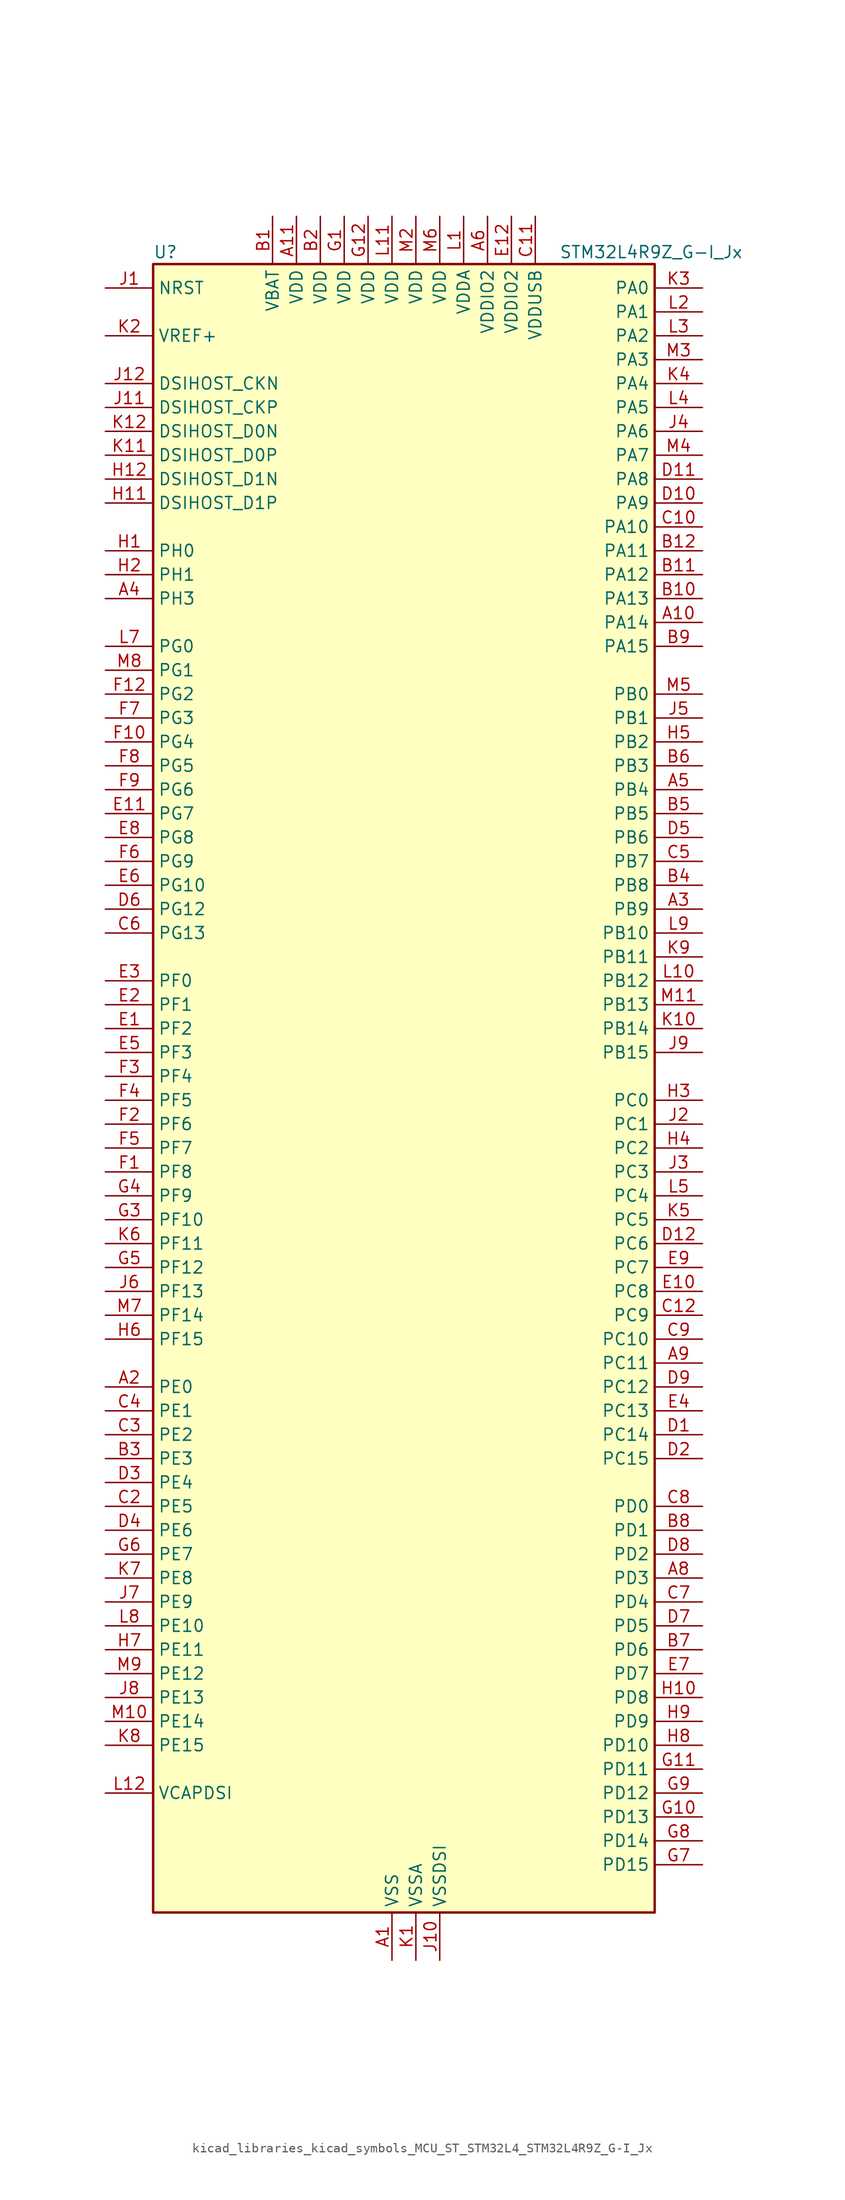
<source format=kicad_sym>
(kicad_symbol_lib
  (version 20220914)
  (generator kicad_symbol_editor)
  (symbol "kicad_libraries_kicad_symbols_MCU_ST_STM32L4_STM32L4R9Z_G-I_Jx"
    (property "Reference" "U"
      (at -25.4 90.17 0)
      (effects (font (size 1.27 1.27)) (justify left)))
    (property "Value" "STM32L4R9Z_G-I_Jx"
      (at 17.78 90.17 0)
      (effects (font (size 1.27 1.27)) (justify left)))
    (property "ki_locked" ""
      (at 0 0 0)
      (effects (font (size 1.27 1.27))))
    (symbol "kicad_libraries_kicad_symbols_MCU_ST_STM32L4_STM32L4R9Z_G-I_Jx_0_1"
      (rectangle (start -25.4 -86.36) (end 27.94 88.9) (stroke (width 0.254) (type default)) (fill (type background))))
    (symbol "kicad_libraries_kicad_symbols_MCU_ST_STM32L4_STM32L4R9Z_G-I_Jx_1_1"
      (pin power_in line (at 0 -91.44 90) (length 5.08) (name "VSS" (effects (font (size 1.27 1.27)))) (number "A1" (effects (font (size 1.27 1.27)))))
      (pin bidirectional line (at 33.02 50.8 180) (length 5.08) (name "PA14" (effects (font (size 1.27 1.27)))) (number "A10" (effects (font (size 1.27 1.27)))) (alternate "I2C1_SMBA" bidirectional line) (alternate "I2C4_SMBA" bidirectional line) (alternate "LPTIM1_OUT" bidirectional line) (alternate "SAI1_FS_B" bidirectional line) (alternate "SYS_JTCK-SWCLK" bidirectional line) (alternate "USB_OTG_FS_SOF" bidirectional line))
      (pin power_in line (at -10.16 93.98 270) (length 5.08) (name "VDD" (effects (font (size 1.27 1.27)))) (number "A11" (effects (font (size 1.27 1.27)))))
      (pin passive line (at 0 -91.44 90) (length 5.08) hide (name "VSS" (effects (font (size 1.27 1.27)))) (number "A12" (effects (font (size 1.27 1.27)))))
      (pin bidirectional line (at -30.48 -30.48 0) (length 5.08) (name "PE0" (effects (font (size 1.27 1.27)))) (number "A2" (effects (font (size 1.27 1.27)))) (alternate "DCMI_D2" bidirectional line) (alternate "FMC_NBL0" bidirectional line) (alternate "LTDC_HSYNC" bidirectional line) (alternate "TIM16_CH1" bidirectional line) (alternate "TIM4_ETR" bidirectional line))
      (pin bidirectional line (at 33.02 20.32 180) (length 5.08) (name "PB9" (effects (font (size 1.27 1.27)))) (number "A3" (effects (font (size 1.27 1.27)))) (alternate "CAN1_TX" bidirectional line) (alternate "DAC1_EXTI9" bidirectional line) (alternate "DCMI_D7" bidirectional line) (alternate "DFSDM1_CKIN6" bidirectional line) (alternate "I2C1_SDA" bidirectional line) (alternate "IR_OUT" bidirectional line) (alternate "SAI1_D2" bidirectional line) (alternate "SAI1_FS_A" bidirectional line) (alternate "SDMMC1_CDIR" bidirectional line) (alternate "SDMMC1_D5" bidirectional line) (alternate "SPI2_NSS" bidirectional line) (alternate "TIM17_CH1" bidirectional line) (alternate "TIM4_CH4" bidirectional line))
      (pin bidirectional line (at -30.48 53.34 0) (length 5.08) (name "PH3" (effects (font (size 1.27 1.27)))) (number "A4" (effects (font (size 1.27 1.27)))))
      (pin bidirectional line (at 33.02 33.02 180) (length 5.08) (name "PB4" (effects (font (size 1.27 1.27)))) (number "A5" (effects (font (size 1.27 1.27)))) (alternate "COMP2_INP" bidirectional line) (alternate "DCMI_D12" bidirectional line) (alternate "I2C3_SDA" bidirectional line) (alternate "SAI1_MCLK_B" bidirectional line) (alternate "SPI1_MISO" bidirectional line) (alternate "SPI3_MISO" bidirectional line) (alternate "SYS_JTRST" bidirectional line) (alternate "TIM17_BKIN" bidirectional line) (alternate "TIM3_CH1" bidirectional line) (alternate "TSC_G2_IO1" bidirectional line) (alternate "UART5_DE" bidirectional line) (alternate "UART5_RTS" bidirectional line) (alternate "USART1_CTS" bidirectional line) (alternate "USART1_NSS" bidirectional line))
      (pin power_in line (at 10.16 93.98 270) (length 5.08) (name "VDDIO2" (effects (font (size 1.27 1.27)))) (number "A6" (effects (font (size 1.27 1.27)))))
      (pin passive line (at 0 -91.44 90) (length 5.08) hide (name "VSS" (effects (font (size 1.27 1.27)))) (number "A7" (effects (font (size 1.27 1.27)))))
      (pin bidirectional line (at 33.02 -50.8 180) (length 5.08) (name "PD3" (effects (font (size 1.27 1.27)))) (number "A8" (effects (font (size 1.27 1.27)))) (alternate "DCMI_D5" bidirectional line) (alternate "DFSDM1_DATIN0" bidirectional line) (alternate "FMC_CLK" bidirectional line) (alternate "LTDC_CLK" bidirectional line) (alternate "OCTOSPIM_P2_NCS" bidirectional line) (alternate "SPI2_MISO" bidirectional line) (alternate "SPI2_SCK" bidirectional line) (alternate "USART2_CTS" bidirectional line) (alternate "USART2_NSS" bidirectional line))
      (pin bidirectional line (at 33.02 -27.94 180) (length 5.08) (name "PC11" (effects (font (size 1.27 1.27)))) (number "A9" (effects (font (size 1.27 1.27)))) (alternate "ADC1_EXTI11" bidirectional line) (alternate "DCMI_D2" bidirectional line) (alternate "DCMI_D4" bidirectional line) (alternate "OCTOSPIM_P1_NCS" bidirectional line) (alternate "SAI2_MCLK_B" bidirectional line) (alternate "SDMMC1_D3" bidirectional line) (alternate "SPI3_MISO" bidirectional line) (alternate "TSC_G3_IO3" bidirectional line) (alternate "UART4_RX" bidirectional line) (alternate "USART3_RX" bidirectional line))
      (pin power_in line (at -12.7 93.98 270) (length 5.08) (name "VBAT" (effects (font (size 1.27 1.27)))) (number "B1" (effects (font (size 1.27 1.27)))))
      (pin bidirectional line (at 33.02 53.34 180) (length 5.08) (name "PA13" (effects (font (size 1.27 1.27)))) (number "B10" (effects (font (size 1.27 1.27)))) (alternate "IR_OUT" bidirectional line) (alternate "SAI1_SD_B" bidirectional line) (alternate "SYS_JTMS-SWDIO" bidirectional line) (alternate "USB_OTG_FS_NOE" bidirectional line))
      (pin bidirectional line (at 33.02 55.88 180) (length 5.08) (name "PA12" (effects (font (size 1.27 1.27)))) (number "B11" (effects (font (size 1.27 1.27)))) (alternate "CAN1_TX" bidirectional line) (alternate "SPI1_MOSI" bidirectional line) (alternate "TIM1_ETR" bidirectional line) (alternate "USART1_DE" bidirectional line) (alternate "USART1_RTS" bidirectional line) (alternate "USB_OTG_FS_DP" bidirectional line))
      (pin bidirectional line (at 33.02 58.42 180) (length 5.08) (name "PA11" (effects (font (size 1.27 1.27)))) (number "B12" (effects (font (size 1.27 1.27)))) (alternate "ADC1_EXTI11" bidirectional line) (alternate "CAN1_RX" bidirectional line) (alternate "SPI1_MISO" bidirectional line) (alternate "TIM1_BKIN2" bidirectional line) (alternate "TIM1_CH4" bidirectional line) (alternate "USART1_CTS" bidirectional line) (alternate "USART1_NSS" bidirectional line) (alternate "USB_OTG_FS_DM" bidirectional line))
      (pin power_in line (at -7.62 93.98 270) (length 5.08) (name "VDD" (effects (font (size 1.27 1.27)))) (number "B2" (effects (font (size 1.27 1.27)))))
      (pin bidirectional line (at -30.48 -38.1 0) (length 5.08) (name "PE3" (effects (font (size 1.27 1.27)))) (number "B3" (effects (font (size 1.27 1.27)))) (alternate "FMC_A19" bidirectional line) (alternate "LTDC_R1" bidirectional line) (alternate "OCTOSPIM_P1_DQS" bidirectional line) (alternate "SAI1_SD_B" bidirectional line) (alternate "SYS_TRACED0" bidirectional line) (alternate "TIM3_CH1" bidirectional line) (alternate "TSC_G7_IO2" bidirectional line))
      (pin bidirectional line (at 33.02 22.86 180) (length 5.08) (name "PB8" (effects (font (size 1.27 1.27)))) (number "B4" (effects (font (size 1.27 1.27)))) (alternate "CAN1_RX" bidirectional line) (alternate "DCMI_D6" bidirectional line) (alternate "DFSDM1_CKOUT" bidirectional line) (alternate "DFSDM1_DATIN6" bidirectional line) (alternate "I2C1_SCL" bidirectional line) (alternate "LTDC_B1" bidirectional line) (alternate "SAI1_CK1" bidirectional line) (alternate "SAI1_MCLK_A" bidirectional line) (alternate "SDMMC1_CKIN" bidirectional line) (alternate "SDMMC1_D4" bidirectional line) (alternate "TIM16_CH1" bidirectional line) (alternate "TIM4_CH3" bidirectional line))
      (pin bidirectional line (at 33.02 30.48 180) (length 5.08) (name "PB5" (effects (font (size 1.27 1.27)))) (number "B5" (effects (font (size 1.27 1.27)))) (alternate "COMP2_OUT" bidirectional line) (alternate "DCMI_D10" bidirectional line) (alternate "I2C1_SMBA" bidirectional line) (alternate "LPTIM1_IN1" bidirectional line) (alternate "SAI1_SD_B" bidirectional line) (alternate "SPI1_MOSI" bidirectional line) (alternate "SPI3_MOSI" bidirectional line) (alternate "TIM16_BKIN" bidirectional line) (alternate "TIM3_CH2" bidirectional line) (alternate "TSC_G2_IO2" bidirectional line) (alternate "UART5_CTS" bidirectional line) (alternate "USART1_CK" bidirectional line))
      (pin bidirectional line (at 33.02 35.56 180) (length 5.08) (name "PB3" (effects (font (size 1.27 1.27)))) (number "B6" (effects (font (size 1.27 1.27)))) (alternate "COMP2_INM" bidirectional line) (alternate "CRS_SYNC" bidirectional line) (alternate "SAI1_SCK_B" bidirectional line) (alternate "SPI1_SCK" bidirectional line) (alternate "SPI3_SCK" bidirectional line) (alternate "SYS_JTDO-SWO" bidirectional line) (alternate "TIM2_CH2" bidirectional line) (alternate "USART1_DE" bidirectional line) (alternate "USART1_RTS" bidirectional line))
      (pin bidirectional line (at 33.02 -58.42 180) (length 5.08) (name "PD6" (effects (font (size 1.27 1.27)))) (number "B7" (effects (font (size 1.27 1.27)))) (alternate "DCMI_D10" bidirectional line) (alternate "DFSDM1_DATIN1" bidirectional line) (alternate "FMC_NWAIT" bidirectional line) (alternate "LTDC_DE" bidirectional line) (alternate "OCTOSPIM_P1_IO6" bidirectional line) (alternate "SAI1_D1" bidirectional line) (alternate "SAI1_SD_A" bidirectional line) (alternate "SPI3_MOSI" bidirectional line) (alternate "USART2_RX" bidirectional line))
      (pin bidirectional line (at 33.02 -45.72 180) (length 5.08) (name "PD1" (effects (font (size 1.27 1.27)))) (number "B8" (effects (font (size 1.27 1.27)))) (alternate "CAN1_TX" bidirectional line) (alternate "DFSDM1_CKIN7" bidirectional line) (alternate "FMC_D3" bidirectional line) (alternate "FMC_DA3" bidirectional line) (alternate "LTDC_B5" bidirectional line) (alternate "SPI2_SCK" bidirectional line))
      (pin bidirectional line (at 33.02 48.26 180) (length 5.08) (name "PA15" (effects (font (size 1.27 1.27)))) (number "B9" (effects (font (size 1.27 1.27)))) (alternate "ADC1_EXTI15" bidirectional line) (alternate "SAI2_FS_B" bidirectional line) (alternate "SPI1_NSS" bidirectional line) (alternate "SPI3_NSS" bidirectional line) (alternate "SYS_JTDI" bidirectional line) (alternate "TIM2_CH1" bidirectional line) (alternate "TIM2_ETR" bidirectional line) (alternate "TSC_G3_IO1" bidirectional line) (alternate "UART4_DE" bidirectional line) (alternate "UART4_RTS" bidirectional line) (alternate "USART2_RX" bidirectional line) (alternate "USART3_DE" bidirectional line) (alternate "USART3_RTS" bidirectional line))
      (pin passive line (at 0 -91.44 90) (length 5.08) hide (name "VSS" (effects (font (size 1.27 1.27)))) (number "C1" (effects (font (size 1.27 1.27)))))
      (pin bidirectional line (at 33.02 60.96 180) (length 5.08) (name "PA10" (effects (font (size 1.27 1.27)))) (number "C10" (effects (font (size 1.27 1.27)))) (alternate "DCMI_D1" bidirectional line) (alternate "SAI1_D1" bidirectional line) (alternate "SAI1_SD_A" bidirectional line) (alternate "TIM17_BKIN" bidirectional line) (alternate "TIM1_CH3" bidirectional line) (alternate "USART1_RX" bidirectional line) (alternate "USB_OTG_FS_ID" bidirectional line))
      (pin power_in line (at 15.24 93.98 270) (length 5.08) (name "VDDUSB" (effects (font (size 1.27 1.27)))) (number "C11" (effects (font (size 1.27 1.27)))))
      (pin bidirectional line (at 33.02 -22.86 180) (length 5.08) (name "PC9" (effects (font (size 1.27 1.27)))) (number "C12" (effects (font (size 1.27 1.27)))) (alternate "DAC1_EXTI9" bidirectional line) (alternate "DCMI_D3" bidirectional line) (alternate "I2C3_SDA" bidirectional line) (alternate "SAI2_EXTCLK" bidirectional line) (alternate "SDMMC1_D1" bidirectional line) (alternate "SYS_TRACED0" bidirectional line) (alternate "TIM3_CH4" bidirectional line) (alternate "TIM8_BKIN2" bidirectional line) (alternate "TIM8_CH4" bidirectional line) (alternate "TSC_G4_IO4" bidirectional line) (alternate "USB_OTG_FS_NOE" bidirectional line))
      (pin bidirectional line (at -30.48 -43.18 0) (length 5.08) (name "PE5" (effects (font (size 1.27 1.27)))) (number "C2" (effects (font (size 1.27 1.27)))) (alternate "DCMI_D6" bidirectional line) (alternate "DFSDM1_CKIN3" bidirectional line) (alternate "FMC_A21" bidirectional line) (alternate "LTDC_G0" bidirectional line) (alternate "SAI1_CK2" bidirectional line) (alternate "SAI1_SCK_A" bidirectional line) (alternate "SYS_TRACED2" bidirectional line) (alternate "TIM3_CH3" bidirectional line) (alternate "TSC_G7_IO4" bidirectional line))
      (pin bidirectional line (at -30.48 -35.56 0) (length 5.08) (name "PE2" (effects (font (size 1.27 1.27)))) (number "C3" (effects (font (size 1.27 1.27)))) (alternate "FMC_A23" bidirectional line) (alternate "LTDC_R0" bidirectional line) (alternate "SAI1_CK1" bidirectional line) (alternate "SAI1_MCLK_A" bidirectional line) (alternate "SYS_TRACECLK" bidirectional line) (alternate "TIM3_ETR" bidirectional line) (alternate "TSC_G7_IO1" bidirectional line))
      (pin bidirectional line (at -30.48 -33.02 0) (length 5.08) (name "PE1" (effects (font (size 1.27 1.27)))) (number "C4" (effects (font (size 1.27 1.27)))) (alternate "DCMI_D3" bidirectional line) (alternate "FMC_NBL1" bidirectional line) (alternate "LTDC_VSYNC" bidirectional line) (alternate "TIM17_CH1" bidirectional line))
      (pin bidirectional line (at 33.02 25.4 180) (length 5.08) (name "PB7" (effects (font (size 1.27 1.27)))) (number "C5" (effects (font (size 1.27 1.27)))) (alternate "COMP2_INM" bidirectional line) (alternate "DCMI_VSYNC" bidirectional line) (alternate "DFSDM1_CKIN5" bidirectional line) (alternate "DSIHOST_TE" bidirectional line) (alternate "FMC_NL" bidirectional line) (alternate "I2C1_SDA" bidirectional line) (alternate "I2C4_SDA" bidirectional line) (alternate "LPTIM1_IN2" bidirectional line) (alternate "SYS_PVD_IN" bidirectional line) (alternate "TIM17_CH1N" bidirectional line) (alternate "TIM4_CH2" bidirectional line) (alternate "TIM8_BKIN" bidirectional line) (alternate "TSC_G2_IO4" bidirectional line) (alternate "UART4_CTS" bidirectional line) (alternate "USART1_RX" bidirectional line))
      (pin bidirectional line (at -30.48 17.78 0) (length 5.08) (name "PG13" (effects (font (size 1.27 1.27)))) (number "C6" (effects (font (size 1.27 1.27)))) (alternate "FMC_A24" bidirectional line) (alternate "I2C1_SDA" bidirectional line) (alternate "LTDC_R0" bidirectional line) (alternate "USART1_CK" bidirectional line))
      (pin bidirectional line (at 33.02 -53.34 180) (length 5.08) (name "PD4" (effects (font (size 1.27 1.27)))) (number "C7" (effects (font (size 1.27 1.27)))) (alternate "DFSDM1_CKIN0" bidirectional line) (alternate "FMC_NOE" bidirectional line) (alternate "OCTOSPIM_P1_IO4" bidirectional line) (alternate "SPI2_MOSI" bidirectional line) (alternate "USART2_DE" bidirectional line) (alternate "USART2_RTS" bidirectional line))
      (pin bidirectional line (at 33.02 -43.18 180) (length 5.08) (name "PD0" (effects (font (size 1.27 1.27)))) (number "C8" (effects (font (size 1.27 1.27)))) (alternate "CAN1_RX" bidirectional line) (alternate "DFSDM1_DATIN7" bidirectional line) (alternate "FMC_D2" bidirectional line) (alternate "FMC_DA2" bidirectional line) (alternate "LTDC_B4" bidirectional line) (alternate "SPI2_NSS" bidirectional line))
      (pin bidirectional line (at 33.02 -25.4 180) (length 5.08) (name "PC10" (effects (font (size 1.27 1.27)))) (number "C9" (effects (font (size 1.27 1.27)))) (alternate "DCMI_D8" bidirectional line) (alternate "SAI2_SCK_B" bidirectional line) (alternate "SDMMC1_D2" bidirectional line) (alternate "SPI3_SCK" bidirectional line) (alternate "SYS_TRACED1" bidirectional line) (alternate "TSC_G3_IO2" bidirectional line) (alternate "UART4_TX" bidirectional line) (alternate "USART3_TX" bidirectional line))
      (pin bidirectional line (at 33.02 -35.56 180) (length 5.08) (name "PC14" (effects (font (size 1.27 1.27)))) (number "D1" (effects (font (size 1.27 1.27)))) (alternate "RCC_OSC32_IN" bidirectional line))
      (pin bidirectional line (at 33.02 63.5 180) (length 5.08) (name "PA9" (effects (font (size 1.27 1.27)))) (number "D10" (effects (font (size 1.27 1.27)))) (alternate "DAC1_EXTI9" bidirectional line) (alternate "DCMI_D0" bidirectional line) (alternate "SAI1_FS_A" bidirectional line) (alternate "SPI2_SCK" bidirectional line) (alternate "TIM15_BKIN" bidirectional line) (alternate "TIM1_CH2" bidirectional line) (alternate "USART1_TX" bidirectional line) (alternate "USB_OTG_FS_VBUS" bidirectional line))
      (pin bidirectional line (at 33.02 66.04 180) (length 5.08) (name "PA8" (effects (font (size 1.27 1.27)))) (number "D11" (effects (font (size 1.27 1.27)))) (alternate "LPTIM2_OUT" bidirectional line) (alternate "RCC_MCO" bidirectional line) (alternate "SAI1_CK2" bidirectional line) (alternate "SAI1_SCK_A" bidirectional line) (alternate "TIM1_CH1" bidirectional line) (alternate "USART1_CK" bidirectional line) (alternate "USB_OTG_FS_SOF" bidirectional line))
      (pin bidirectional line (at 33.02 -15.24 180) (length 5.08) (name "PC6" (effects (font (size 1.27 1.27)))) (number "D12" (effects (font (size 1.27 1.27)))) (alternate "DCMI_D0" bidirectional line) (alternate "DFSDM1_CKIN3" bidirectional line) (alternate "LTDC_R0" bidirectional line) (alternate "SAI2_MCLK_A" bidirectional line) (alternate "SDMMC1_D0DIR" bidirectional line) (alternate "SDMMC1_D6" bidirectional line) (alternate "TIM3_CH1" bidirectional line) (alternate "TIM8_CH1" bidirectional line) (alternate "TSC_G4_IO1" bidirectional line))
      (pin bidirectional line (at 33.02 -38.1 180) (length 5.08) (name "PC15" (effects (font (size 1.27 1.27)))) (number "D2" (effects (font (size 1.27 1.27)))) (alternate "ADC1_EXTI15" bidirectional line) (alternate "RCC_OSC32_OUT" bidirectional line))
      (pin bidirectional line (at -30.48 -40.64 0) (length 5.08) (name "PE4" (effects (font (size 1.27 1.27)))) (number "D3" (effects (font (size 1.27 1.27)))) (alternate "DCMI_D4" bidirectional line) (alternate "DFSDM1_DATIN3" bidirectional line) (alternate "FMC_A20" bidirectional line) (alternate "LTDC_B0" bidirectional line) (alternate "SAI1_D2" bidirectional line) (alternate "SAI1_FS_A" bidirectional line) (alternate "SYS_TRACED1" bidirectional line) (alternate "TIM3_CH2" bidirectional line) (alternate "TSC_G7_IO3" bidirectional line))
      (pin bidirectional line (at -30.48 -45.72 0) (length 5.08) (name "PE6" (effects (font (size 1.27 1.27)))) (number "D4" (effects (font (size 1.27 1.27)))) (alternate "DCMI_D7" bidirectional line) (alternate "FMC_A22" bidirectional line) (alternate "LTDC_G1" bidirectional line) (alternate "RTC_TAMP3" bidirectional line) (alternate "SAI1_D1" bidirectional line) (alternate "SAI1_SD_A" bidirectional line) (alternate "SYS_TRACED3" bidirectional line) (alternate "SYS_WKUP3" bidirectional line) (alternate "TIM3_CH4" bidirectional line))
      (pin bidirectional line (at 33.02 27.94 180) (length 5.08) (name "PB6" (effects (font (size 1.27 1.27)))) (number "D5" (effects (font (size 1.27 1.27)))) (alternate "COMP2_INP" bidirectional line) (alternate "DCMI_D5" bidirectional line) (alternate "DFSDM1_DATIN5" bidirectional line) (alternate "I2C1_SCL" bidirectional line) (alternate "I2C4_SCL" bidirectional line) (alternate "LPTIM1_ETR" bidirectional line) (alternate "SAI1_FS_B" bidirectional line) (alternate "TIM16_CH1N" bidirectional line) (alternate "TIM4_CH1" bidirectional line) (alternate "TIM8_BKIN2" bidirectional line) (alternate "TSC_G2_IO3" bidirectional line) (alternate "USART1_TX" bidirectional line))
      (pin bidirectional line (at -30.48 20.32 0) (length 5.08) (name "PG12" (effects (font (size 1.27 1.27)))) (number "D6" (effects (font (size 1.27 1.27)))) (alternate "FMC_NE4" bidirectional line) (alternate "LPTIM1_ETR" bidirectional line) (alternate "OCTOSPIM_P2_NCS" bidirectional line) (alternate "SAI2_SD_A" bidirectional line) (alternate "SPI3_NSS" bidirectional line) (alternate "USART1_DE" bidirectional line) (alternate "USART1_RTS" bidirectional line))
      (pin bidirectional line (at 33.02 -55.88 180) (length 5.08) (name "PD5" (effects (font (size 1.27 1.27)))) (number "D7" (effects (font (size 1.27 1.27)))) (alternate "FMC_NWE" bidirectional line) (alternate "OCTOSPIM_P1_IO5" bidirectional line) (alternate "USART2_TX" bidirectional line))
      (pin bidirectional line (at 33.02 -48.26 180) (length 5.08) (name "PD2" (effects (font (size 1.27 1.27)))) (number "D8" (effects (font (size 1.27 1.27)))) (alternate "DCMI_D11" bidirectional line) (alternate "SDMMC1_CMD" bidirectional line) (alternate "SYS_TRACED2" bidirectional line) (alternate "TIM3_ETR" bidirectional line) (alternate "TSC_SYNC" bidirectional line) (alternate "UART5_RX" bidirectional line) (alternate "USART3_DE" bidirectional line) (alternate "USART3_RTS" bidirectional line))
      (pin bidirectional line (at 33.02 -30.48 180) (length 5.08) (name "PC12" (effects (font (size 1.27 1.27)))) (number "D9" (effects (font (size 1.27 1.27)))) (alternate "DCMI_D9" bidirectional line) (alternate "SAI2_SD_B" bidirectional line) (alternate "SDMMC1_CK" bidirectional line) (alternate "SPI3_MOSI" bidirectional line) (alternate "SYS_TRACED3" bidirectional line) (alternate "TSC_G3_IO4" bidirectional line) (alternate "UART5_TX" bidirectional line) (alternate "USART3_CK" bidirectional line))
      (pin bidirectional line (at -30.48 7.62 0) (length 5.08) (name "PF2" (effects (font (size 1.27 1.27)))) (number "E1" (effects (font (size 1.27 1.27)))) (alternate "FMC_A2" bidirectional line) (alternate "I2C2_SMBA" bidirectional line) (alternate "OCTOSPIM_P2_IO2" bidirectional line))
      (pin bidirectional line (at 33.02 -20.32 180) (length 5.08) (name "PC8" (effects (font (size 1.27 1.27)))) (number "E10" (effects (font (size 1.27 1.27)))) (alternate "DCMI_D2" bidirectional line) (alternate "SDMMC1_D0" bidirectional line) (alternate "TIM3_CH3" bidirectional line) (alternate "TIM8_CH3" bidirectional line) (alternate "TSC_G4_IO3" bidirectional line))
      (pin bidirectional line (at -30.48 30.48 0) (length 5.08) (name "PG7" (effects (font (size 1.27 1.27)))) (number "E11" (effects (font (size 1.27 1.27)))) (alternate "DFSDM1_CKOUT" bidirectional line) (alternate "FMC_INT" bidirectional line) (alternate "I2C3_SCL" bidirectional line) (alternate "LPUART1_TX" bidirectional line) (alternate "OCTOSPIM_P2_DQS" bidirectional line) (alternate "SAI1_CK1" bidirectional line) (alternate "SAI1_MCLK_A" bidirectional line))
      (pin power_in line (at 12.7 93.98 270) (length 5.08) (name "VDDIO2" (effects (font (size 1.27 1.27)))) (number "E12" (effects (font (size 1.27 1.27)))))
      (pin bidirectional line (at -30.48 10.16 0) (length 5.08) (name "PF1" (effects (font (size 1.27 1.27)))) (number "E2" (effects (font (size 1.27 1.27)))) (alternate "FMC_A1" bidirectional line) (alternate "I2C2_SCL" bidirectional line) (alternate "OCTOSPIM_P2_IO1" bidirectional line))
      (pin bidirectional line (at -30.48 12.7 0) (length 5.08) (name "PF0" (effects (font (size 1.27 1.27)))) (number "E3" (effects (font (size 1.27 1.27)))) (alternate "FMC_A0" bidirectional line) (alternate "I2C2_SDA" bidirectional line) (alternate "OCTOSPIM_P2_IO0" bidirectional line))
      (pin bidirectional line (at 33.02 -33.02 180) (length 5.08) (name "PC13" (effects (font (size 1.27 1.27)))) (number "E4" (effects (font (size 1.27 1.27)))) (alternate "RTC_OUT_ALARM" bidirectional line) (alternate "RTC_OUT_CALIB" bidirectional line) (alternate "RTC_TAMP1" bidirectional line) (alternate "RTC_TS" bidirectional line) (alternate "SYS_WKUP2" bidirectional line))
      (pin bidirectional line (at -30.48 5.08 0) (length 5.08) (name "PF3" (effects (font (size 1.27 1.27)))) (number "E5" (effects (font (size 1.27 1.27)))) (alternate "FMC_A3" bidirectional line) (alternate "OCTOSPIM_P2_IO3" bidirectional line))
      (pin bidirectional line (at -30.48 22.86 0) (length 5.08) (name "PG10" (effects (font (size 1.27 1.27)))) (number "E6" (effects (font (size 1.27 1.27)))) (alternate "FMC_NE3" bidirectional line) (alternate "LPTIM1_IN1" bidirectional line) (alternate "OCTOSPIM_P2_IO7" bidirectional line) (alternate "SAI2_FS_A" bidirectional line) (alternate "SPI3_MISO" bidirectional line) (alternate "TIM15_CH1" bidirectional line) (alternate "USART1_RX" bidirectional line))
      (pin bidirectional line (at 33.02 -60.96 180) (length 5.08) (name "PD7" (effects (font (size 1.27 1.27)))) (number "E7" (effects (font (size 1.27 1.27)))) (alternate "DFSDM1_CKIN1" bidirectional line) (alternate "FMC_NCE" bidirectional line) (alternate "FMC_NE1" bidirectional line) (alternate "OCTOSPIM_P1_IO7" bidirectional line) (alternate "USART2_CK" bidirectional line))
      (pin bidirectional line (at -30.48 27.94 0) (length 5.08) (name "PG8" (effects (font (size 1.27 1.27)))) (number "E8" (effects (font (size 1.27 1.27)))) (alternate "I2C3_SDA" bidirectional line) (alternate "LPUART1_RX" bidirectional line))
      (pin bidirectional line (at 33.02 -17.78 180) (length 5.08) (name "PC7" (effects (font (size 1.27 1.27)))) (number "E9" (effects (font (size 1.27 1.27)))) (alternate "DCMI_D1" bidirectional line) (alternate "DFSDM1_DATIN3" bidirectional line) (alternate "LTDC_R1" bidirectional line) (alternate "SAI2_MCLK_B" bidirectional line) (alternate "SDMMC1_D123DIR" bidirectional line) (alternate "SDMMC1_D7" bidirectional line) (alternate "TIM3_CH2" bidirectional line) (alternate "TIM8_CH2" bidirectional line) (alternate "TSC_G4_IO2" bidirectional line))
      (pin bidirectional line (at -30.48 -7.62 0) (length 5.08) (name "PF8" (effects (font (size 1.27 1.27)))) (number "F1" (effects (font (size 1.27 1.27)))) (alternate "OCTOSPIM_P1_IO0" bidirectional line) (alternate "SAI1_SCK_B" bidirectional line) (alternate "TIM5_CH3" bidirectional line))
      (pin bidirectional line (at -30.48 38.1 0) (length 5.08) (name "PG4" (effects (font (size 1.27 1.27)))) (number "F10" (effects (font (size 1.27 1.27)))) (alternate "FMC_A14" bidirectional line) (alternate "SAI2_MCLK_B" bidirectional line) (alternate "SPI1_MOSI" bidirectional line))
      (pin passive line (at 0 -91.44 90) (length 5.08) hide (name "VSS" (effects (font (size 1.27 1.27)))) (number "F11" (effects (font (size 1.27 1.27)))))
      (pin bidirectional line (at -30.48 43.18 0) (length 5.08) (name "PG2" (effects (font (size 1.27 1.27)))) (number "F12" (effects (font (size 1.27 1.27)))) (alternate "FMC_A12" bidirectional line) (alternate "SAI2_SCK_B" bidirectional line) (alternate "SPI1_SCK" bidirectional line))
      (pin bidirectional line (at -30.48 -2.54 0) (length 5.08) (name "PF6" (effects (font (size 1.27 1.27)))) (number "F2" (effects (font (size 1.27 1.27)))) (alternate "OCTOSPIM_P1_IO3" bidirectional line) (alternate "SAI1_SD_B" bidirectional line) (alternate "TIM5_CH1" bidirectional line) (alternate "TIM5_ETR" bidirectional line))
      (pin bidirectional line (at -30.48 2.54 0) (length 5.08) (name "PF4" (effects (font (size 1.27 1.27)))) (number "F3" (effects (font (size 1.27 1.27)))) (alternate "FMC_A4" bidirectional line) (alternate "OCTOSPIM_P2_CLK" bidirectional line))
      (pin bidirectional line (at -30.48 0 0) (length 5.08) (name "PF5" (effects (font (size 1.27 1.27)))) (number "F4" (effects (font (size 1.27 1.27)))) (alternate "FMC_A5" bidirectional line))
      (pin bidirectional line (at -30.48 -5.08 0) (length 5.08) (name "PF7" (effects (font (size 1.27 1.27)))) (number "F5" (effects (font (size 1.27 1.27)))) (alternate "OCTOSPIM_P1_IO2" bidirectional line) (alternate "SAI1_MCLK_B" bidirectional line) (alternate "TIM5_CH2" bidirectional line))
      (pin bidirectional line (at -30.48 25.4 0) (length 5.08) (name "PG9" (effects (font (size 1.27 1.27)))) (number "F6" (effects (font (size 1.27 1.27)))) (alternate "DAC1_EXTI9" bidirectional line) (alternate "FMC_NCE" bidirectional line) (alternate "FMC_NE2" bidirectional line) (alternate "OCTOSPIM_P2_IO6" bidirectional line) (alternate "SAI2_SCK_A" bidirectional line) (alternate "SPI3_SCK" bidirectional line) (alternate "TIM15_CH1N" bidirectional line) (alternate "USART1_TX" bidirectional line))
      (pin bidirectional line (at -30.48 40.64 0) (length 5.08) (name "PG3" (effects (font (size 1.27 1.27)))) (number "F7" (effects (font (size 1.27 1.27)))) (alternate "FMC_A13" bidirectional line) (alternate "SAI2_FS_B" bidirectional line) (alternate "SPI1_MISO" bidirectional line))
      (pin bidirectional line (at -30.48 35.56 0) (length 5.08) (name "PG5" (effects (font (size 1.27 1.27)))) (number "F8" (effects (font (size 1.27 1.27)))) (alternate "FMC_A15" bidirectional line) (alternate "LPUART1_CTS" bidirectional line) (alternate "SAI2_SD_B" bidirectional line) (alternate "SPI1_NSS" bidirectional line))
      (pin bidirectional line (at -30.48 33.02 0) (length 5.08) (name "PG6" (effects (font (size 1.27 1.27)))) (number "F9" (effects (font (size 1.27 1.27)))) (alternate "DSIHOST_TE" bidirectional line) (alternate "I2C3_SMBA" bidirectional line) (alternate "LPUART1_DE" bidirectional line) (alternate "LPUART1_RTS" bidirectional line) (alternate "LTDC_R1" bidirectional line) (alternate "OCTOSPIM_P1_DQS" bidirectional line))
      (pin power_in line (at -5.08 93.98 270) (length 5.08) (name "VDD" (effects (font (size 1.27 1.27)))) (number "G1" (effects (font (size 1.27 1.27)))))
      (pin bidirectional line (at 33.02 -76.2 180) (length 5.08) (name "PD13" (effects (font (size 1.27 1.27)))) (number "G10" (effects (font (size 1.27 1.27)))) (alternate "FMC_A18" bidirectional line) (alternate "I2C4_SDA" bidirectional line) (alternate "LPTIM2_OUT" bidirectional line) (alternate "TIM4_CH2" bidirectional line) (alternate "TSC_G6_IO4" bidirectional line))
      (pin bidirectional line (at 33.02 -71.12 180) (length 5.08) (name "PD11" (effects (font (size 1.27 1.27)))) (number "G11" (effects (font (size 1.27 1.27)))) (alternate "ADC1_EXTI11" bidirectional line) (alternate "FMC_A16" bidirectional line) (alternate "FMC_CLE" bidirectional line) (alternate "I2C4_SMBA" bidirectional line) (alternate "LPTIM2_ETR" bidirectional line) (alternate "LTDC_R6" bidirectional line) (alternate "SAI2_SD_A" bidirectional line) (alternate "TSC_G6_IO2" bidirectional line) (alternate "USART3_CTS" bidirectional line) (alternate "USART3_NSS" bidirectional line))
      (pin power_in line (at -2.54 93.98 270) (length 5.08) (name "VDD" (effects (font (size 1.27 1.27)))) (number "G12" (effects (font (size 1.27 1.27)))))
      (pin passive line (at 0 -91.44 90) (length 5.08) hide (name "VSS" (effects (font (size 1.27 1.27)))) (number "G2" (effects (font (size 1.27 1.27)))))
      (pin bidirectional line (at -30.48 -12.7 0) (length 5.08) (name "PF10" (effects (font (size 1.27 1.27)))) (number "G3" (effects (font (size 1.27 1.27)))) (alternate "DCMI_D11" bidirectional line) (alternate "DFSDM1_CKOUT" bidirectional line) (alternate "OCTOSPIM_P1_CLK" bidirectional line) (alternate "SAI1_D3" bidirectional line) (alternate "TIM15_CH2" bidirectional line))
      (pin bidirectional line (at -30.48 -10.16 0) (length 5.08) (name "PF9" (effects (font (size 1.27 1.27)))) (number "G4" (effects (font (size 1.27 1.27)))) (alternate "DAC1_EXTI9" bidirectional line) (alternate "OCTOSPIM_P1_IO1" bidirectional line) (alternate "SAI1_FS_B" bidirectional line) (alternate "TIM15_CH1" bidirectional line) (alternate "TIM5_CH4" bidirectional line))
      (pin bidirectional line (at -30.48 -17.78 0) (length 5.08) (name "PF12" (effects (font (size 1.27 1.27)))) (number "G5" (effects (font (size 1.27 1.27)))) (alternate "FMC_A6" bidirectional line) (alternate "LTDC_B0" bidirectional line) (alternate "OCTOSPIM_P2_DQS" bidirectional line))
      (pin bidirectional line (at -30.48 -48.26 0) (length 5.08) (name "PE7" (effects (font (size 1.27 1.27)))) (number "G6" (effects (font (size 1.27 1.27)))) (alternate "DFSDM1_DATIN2" bidirectional line) (alternate "FMC_D4" bidirectional line) (alternate "FMC_DA4" bidirectional line) (alternate "LTDC_B6" bidirectional line) (alternate "SAI1_SD_B" bidirectional line) (alternate "TIM1_ETR" bidirectional line))
      (pin bidirectional line (at 33.02 -81.28 180) (length 5.08) (name "PD15" (effects (font (size 1.27 1.27)))) (number "G7" (effects (font (size 1.27 1.27)))) (alternate "ADC1_EXTI15" bidirectional line) (alternate "FMC_D1" bidirectional line) (alternate "FMC_DA1" bidirectional line) (alternate "LTDC_B3" bidirectional line) (alternate "TIM4_CH4" bidirectional line))
      (pin bidirectional line (at 33.02 -78.74 180) (length 5.08) (name "PD14" (effects (font (size 1.27 1.27)))) (number "G8" (effects (font (size 1.27 1.27)))) (alternate "FMC_D0" bidirectional line) (alternate "FMC_DA0" bidirectional line) (alternate "LTDC_B2" bidirectional line) (alternate "TIM4_CH3" bidirectional line))
      (pin bidirectional line (at 33.02 -73.66 180) (length 5.08) (name "PD12" (effects (font (size 1.27 1.27)))) (number "G9" (effects (font (size 1.27 1.27)))) (alternate "FMC_A17" bidirectional line) (alternate "FMC_ALE" bidirectional line) (alternate "I2C4_SCL" bidirectional line) (alternate "LPTIM2_IN1" bidirectional line) (alternate "LTDC_R7" bidirectional line) (alternate "SAI2_FS_A" bidirectional line) (alternate "TIM4_CH1" bidirectional line) (alternate "TSC_G6_IO3" bidirectional line) (alternate "USART3_DE" bidirectional line) (alternate "USART3_RTS" bidirectional line))
      (pin bidirectional line (at -30.48 58.42 0) (length 5.08) (name "PH0" (effects (font (size 1.27 1.27)))) (number "H1" (effects (font (size 1.27 1.27)))) (alternate "RCC_OSC_IN" bidirectional line))
      (pin bidirectional line (at 33.02 -63.5 180) (length 5.08) (name "PD8" (effects (font (size 1.27 1.27)))) (number "H10" (effects (font (size 1.27 1.27)))) (alternate "DCMI_HSYNC" bidirectional line) (alternate "FMC_D13" bidirectional line) (alternate "FMC_DA13" bidirectional line) (alternate "LTDC_R3" bidirectional line) (alternate "USART3_TX" bidirectional line))
      (pin bidirectional line (at -30.48 63.5 0) (length 5.08) (name "DSIHOST_D1P" (effects (font (size 1.27 1.27)))) (number "H11" (effects (font (size 1.27 1.27)))) (alternate "DSIHOST_D1P" bidirectional line))
      (pin bidirectional line (at -30.48 66.04 0) (length 5.08) (name "DSIHOST_D1N" (effects (font (size 1.27 1.27)))) (number "H12" (effects (font (size 1.27 1.27)))) (alternate "DSIHOST_D1N" bidirectional line))
      (pin bidirectional line (at -30.48 55.88 0) (length 5.08) (name "PH1" (effects (font (size 1.27 1.27)))) (number "H2" (effects (font (size 1.27 1.27)))) (alternate "RCC_OSC_OUT" bidirectional line))
      (pin bidirectional line (at 33.02 0 180) (length 5.08) (name "PC0" (effects (font (size 1.27 1.27)))) (number "H3" (effects (font (size 1.27 1.27)))) (alternate "ADC1_IN1" bidirectional line) (alternate "DFSDM1_DATIN4" bidirectional line) (alternate "I2C3_SCL" bidirectional line) (alternate "LPTIM1_IN1" bidirectional line) (alternate "LPTIM2_IN1" bidirectional line) (alternate "LPUART1_RX" bidirectional line) (alternate "SAI2_FS_A" bidirectional line))
      (pin bidirectional line (at 33.02 -5.08 180) (length 5.08) (name "PC2" (effects (font (size 1.27 1.27)))) (number "H4" (effects (font (size 1.27 1.27)))) (alternate "ADC1_IN3" bidirectional line) (alternate "DFSDM1_CKOUT" bidirectional line) (alternate "LPTIM1_IN2" bidirectional line) (alternate "OCTOSPIM_P1_IO5" bidirectional line) (alternate "SPI2_MISO" bidirectional line))
      (pin bidirectional line (at 33.02 38.1 180) (length 5.08) (name "PB2" (effects (font (size 1.27 1.27)))) (number "H5" (effects (font (size 1.27 1.27)))) (alternate "COMP1_INP" bidirectional line) (alternate "DFSDM1_CKIN0" bidirectional line) (alternate "I2C3_SMBA" bidirectional line) (alternate "LPTIM1_OUT" bidirectional line) (alternate "LTDC_B1" bidirectional line) (alternate "OCTOSPIM_P1_DQS" bidirectional line) (alternate "RTC_OUT_ALARM" bidirectional line) (alternate "RTC_OUT_CALIB" bidirectional line))
      (pin bidirectional line (at -30.48 -25.4 0) (length 5.08) (name "PF15" (effects (font (size 1.27 1.27)))) (number "H6" (effects (font (size 1.27 1.27)))) (alternate "ADC1_EXTI15" bidirectional line) (alternate "FMC_A9" bidirectional line) (alternate "I2C4_SDA" bidirectional line) (alternate "LTDC_G1" bidirectional line) (alternate "TSC_G8_IO2" bidirectional line))
      (pin bidirectional line (at -30.48 -58.42 0) (length 5.08) (name "PE11" (effects (font (size 1.27 1.27)))) (number "H7" (effects (font (size 1.27 1.27)))) (alternate "ADC1_EXTI11" bidirectional line) (alternate "DFSDM1_CKIN4" bidirectional line) (alternate "FMC_D8" bidirectional line) (alternate "FMC_DA8" bidirectional line) (alternate "LTDC_G4" bidirectional line) (alternate "OCTOSPIM_P1_NCS" bidirectional line) (alternate "TIM1_CH2" bidirectional line) (alternate "TSC_G5_IO2" bidirectional line))
      (pin bidirectional line (at 33.02 -68.58 180) (length 5.08) (name "PD10" (effects (font (size 1.27 1.27)))) (number "H8" (effects (font (size 1.27 1.27)))) (alternate "FMC_D15" bidirectional line) (alternate "FMC_DA15" bidirectional line) (alternate "LTDC_R5" bidirectional line) (alternate "SAI2_SCK_A" bidirectional line) (alternate "TSC_G6_IO1" bidirectional line) (alternate "USART3_CK" bidirectional line))
      (pin bidirectional line (at 33.02 -66.04 180) (length 5.08) (name "PD9" (effects (font (size 1.27 1.27)))) (number "H9" (effects (font (size 1.27 1.27)))) (alternate "DAC1_EXTI9" bidirectional line) (alternate "DCMI_PIXCLK" bidirectional line) (alternate "FMC_D14" bidirectional line) (alternate "FMC_DA14" bidirectional line) (alternate "LTDC_R4" bidirectional line) (alternate "SAI2_MCLK_A" bidirectional line) (alternate "USART3_RX" bidirectional line))
      (pin input line (at -30.48 86.36 0) (length 5.08) (name "NRST" (effects (font (size 1.27 1.27)))) (number "J1" (effects (font (size 1.27 1.27)))))
      (pin power_in line (at 5.08 -91.44 90) (length 5.08) (name "VSSDSI" (effects (font (size 1.27 1.27)))) (number "J10" (effects (font (size 1.27 1.27)))))
      (pin bidirectional line (at -30.48 73.66 0) (length 5.08) (name "DSIHOST_CKP" (effects (font (size 1.27 1.27)))) (number "J11" (effects (font (size 1.27 1.27)))) (alternate "DSIHOST_CKP" bidirectional line))
      (pin bidirectional line (at -30.48 76.2 0) (length 5.08) (name "DSIHOST_CKN" (effects (font (size 1.27 1.27)))) (number "J12" (effects (font (size 1.27 1.27)))) (alternate "DSIHOST_CKN" bidirectional line))
      (pin bidirectional line (at 33.02 -2.54 180) (length 5.08) (name "PC1" (effects (font (size 1.27 1.27)))) (number "J2" (effects (font (size 1.27 1.27)))) (alternate "ADC1_IN2" bidirectional line) (alternate "DFSDM1_CKIN4" bidirectional line) (alternate "I2C3_SDA" bidirectional line) (alternate "LPTIM1_OUT" bidirectional line) (alternate "LPUART1_TX" bidirectional line) (alternate "OCTOSPIM_P1_IO4" bidirectional line) (alternate "SAI1_SD_A" bidirectional line) (alternate "SPI2_MOSI" bidirectional line) (alternate "SYS_TRACED0" bidirectional line))
      (pin bidirectional line (at 33.02 -7.62 180) (length 5.08) (name "PC3" (effects (font (size 1.27 1.27)))) (number "J3" (effects (font (size 1.27 1.27)))) (alternate "ADC1_IN4" bidirectional line) (alternate "LPTIM1_ETR" bidirectional line) (alternate "LPTIM2_ETR" bidirectional line) (alternate "OCTOSPIM_P1_IO6" bidirectional line) (alternate "SAI1_D1" bidirectional line) (alternate "SAI1_SD_A" bidirectional line) (alternate "SPI2_MOSI" bidirectional line))
      (pin bidirectional line (at 33.02 71.12 180) (length 5.08) (name "PA6" (effects (font (size 1.27 1.27)))) (number "J4" (effects (font (size 1.27 1.27)))) (alternate "ADC1_IN11" bidirectional line) (alternate "DCMI_PIXCLK" bidirectional line) (alternate "LPUART1_CTS" bidirectional line) (alternate "OCTOSPIM_P1_IO3" bidirectional line) (alternate "OPAMP2_VINP" bidirectional line) (alternate "SPI1_MISO" bidirectional line) (alternate "TIM16_CH1" bidirectional line) (alternate "TIM1_BKIN" bidirectional line) (alternate "TIM3_CH1" bidirectional line) (alternate "TIM8_BKIN" bidirectional line) (alternate "USART3_CTS" bidirectional line) (alternate "USART3_NSS" bidirectional line))
      (pin bidirectional line (at 33.02 40.64 180) (length 5.08) (name "PB1" (effects (font (size 1.27 1.27)))) (number "J5" (effects (font (size 1.27 1.27)))) (alternate "ADC1_IN16" bidirectional line) (alternate "COMP1_INM" bidirectional line) (alternate "DFSDM1_DATIN0" bidirectional line) (alternate "LPTIM2_IN1" bidirectional line) (alternate "LPUART1_DE" bidirectional line) (alternate "LPUART1_RTS" bidirectional line) (alternate "OCTOSPIM_P1_IO0" bidirectional line) (alternate "TIM1_CH3N" bidirectional line) (alternate "TIM3_CH4" bidirectional line) (alternate "TIM8_CH3N" bidirectional line) (alternate "USART3_DE" bidirectional line) (alternate "USART3_RTS" bidirectional line))
      (pin bidirectional line (at -30.48 -20.32 0) (length 5.08) (name "PF13" (effects (font (size 1.27 1.27)))) (number "J6" (effects (font (size 1.27 1.27)))) (alternate "DFSDM1_DATIN6" bidirectional line) (alternate "FMC_A7" bidirectional line) (alternate "I2C4_SMBA" bidirectional line) (alternate "LTDC_B1" bidirectional line))
      (pin bidirectional line (at -30.48 -53.34 0) (length 5.08) (name "PE9" (effects (font (size 1.27 1.27)))) (number "J7" (effects (font (size 1.27 1.27)))) (alternate "DAC1_EXTI9" bidirectional line) (alternate "DFSDM1_CKOUT" bidirectional line) (alternate "FMC_D6" bidirectional line) (alternate "FMC_DA6" bidirectional line) (alternate "LTDC_G2" bidirectional line) (alternate "SAI1_FS_B" bidirectional line) (alternate "TIM1_CH1" bidirectional line))
      (pin bidirectional line (at -30.48 -63.5 0) (length 5.08) (name "PE13" (effects (font (size 1.27 1.27)))) (number "J8" (effects (font (size 1.27 1.27)))) (alternate "DFSDM1_CKIN5" bidirectional line) (alternate "FMC_D10" bidirectional line) (alternate "FMC_DA10" bidirectional line) (alternate "LTDC_G6" bidirectional line) (alternate "OCTOSPIM_P1_IO1" bidirectional line) (alternate "SPI1_SCK" bidirectional line) (alternate "TIM1_CH3" bidirectional line) (alternate "TSC_G5_IO4" bidirectional line))
      (pin bidirectional line (at 33.02 5.08 180) (length 5.08) (name "PB15" (effects (font (size 1.27 1.27)))) (number "J9" (effects (font (size 1.27 1.27)))) (alternate "ADC1_EXTI15" bidirectional line) (alternate "DFSDM1_CKIN2" bidirectional line) (alternate "RTC_REFIN" bidirectional line) (alternate "SAI2_SD_A" bidirectional line) (alternate "SPI2_MOSI" bidirectional line) (alternate "TIM15_CH2" bidirectional line) (alternate "TIM1_CH3N" bidirectional line) (alternate "TIM8_CH3N" bidirectional line) (alternate "TSC_G1_IO4" bidirectional line))
      (pin power_in line (at 2.54 -91.44 90) (length 5.08) (name "VSSA" (effects (font (size 1.27 1.27)))) (number "K1" (effects (font (size 1.27 1.27)))))
      (pin bidirectional line (at 33.02 7.62 180) (length 5.08) (name "PB14" (effects (font (size 1.27 1.27)))) (number "K10" (effects (font (size 1.27 1.27)))) (alternate "DFSDM1_DATIN2" bidirectional line) (alternate "I2C2_SDA" bidirectional line) (alternate "SAI2_MCLK_A" bidirectional line) (alternate "SPI2_MISO" bidirectional line) (alternate "TIM15_CH1" bidirectional line) (alternate "TIM1_CH2N" bidirectional line) (alternate "TIM8_CH2N" bidirectional line) (alternate "TSC_G1_IO3" bidirectional line) (alternate "USART3_DE" bidirectional line) (alternate "USART3_RTS" bidirectional line))
      (pin bidirectional line (at -30.48 68.58 0) (length 5.08) (name "DSIHOST_D0P" (effects (font (size 1.27 1.27)))) (number "K11" (effects (font (size 1.27 1.27)))) (alternate "DSIHOST_D0P" bidirectional line))
      (pin bidirectional line (at -30.48 71.12 0) (length 5.08) (name "DSIHOST_D0N" (effects (font (size 1.27 1.27)))) (number "K12" (effects (font (size 1.27 1.27)))) (alternate "DSIHOST_D0N" bidirectional line))
      (pin input line (at -30.48 81.28 0) (length 5.08) (name "VREF+" (effects (font (size 1.27 1.27)))) (number "K2" (effects (font (size 1.27 1.27)))) (alternate "VREFBUF_OUT" bidirectional line))
      (pin bidirectional line (at 33.02 86.36 180) (length 5.08) (name "PA0" (effects (font (size 1.27 1.27)))) (number "K3" (effects (font (size 1.27 1.27)))) (alternate "ADC1_IN5" bidirectional line) (alternate "OPAMP1_VINP" bidirectional line) (alternate "RTC_TAMP2" bidirectional line) (alternate "SAI1_EXTCLK" bidirectional line) (alternate "SYS_WKUP1" bidirectional line) (alternate "TIM2_CH1" bidirectional line) (alternate "TIM2_ETR" bidirectional line) (alternate "TIM5_CH1" bidirectional line) (alternate "TIM8_ETR" bidirectional line) (alternate "UART4_TX" bidirectional line) (alternate "USART2_CTS" bidirectional line) (alternate "USART2_NSS" bidirectional line))
      (pin bidirectional line (at 33.02 76.2 180) (length 5.08) (name "PA4" (effects (font (size 1.27 1.27)))) (number "K4" (effects (font (size 1.27 1.27)))) (alternate "ADC1_IN9" bidirectional line) (alternate "DAC1_OUT1" bidirectional line) (alternate "DCMI_HSYNC" bidirectional line) (alternate "LPTIM2_OUT" bidirectional line) (alternate "OCTOSPIM_P1_NCS" bidirectional line) (alternate "SAI1_FS_B" bidirectional line) (alternate "SPI1_NSS" bidirectional line) (alternate "SPI3_NSS" bidirectional line) (alternate "USART2_CK" bidirectional line))
      (pin bidirectional line (at 33.02 -12.7 180) (length 5.08) (name "PC5" (effects (font (size 1.27 1.27)))) (number "K5" (effects (font (size 1.27 1.27)))) (alternate "ADC1_IN14" bidirectional line) (alternate "COMP1_INP" bidirectional line) (alternate "SAI1_D3" bidirectional line) (alternate "SYS_WKUP5" bidirectional line) (alternate "USART3_RX" bidirectional line))
      (pin bidirectional line (at -30.48 -15.24 0) (length 5.08) (name "PF11" (effects (font (size 1.27 1.27)))) (number "K6" (effects (font (size 1.27 1.27)))) (alternate "ADC1_EXTI11" bidirectional line) (alternate "DCMI_D12" bidirectional line) (alternate "DSIHOST_TE" bidirectional line) (alternate "LTDC_DE" bidirectional line))
      (pin bidirectional line (at -30.48 -50.8 0) (length 5.08) (name "PE8" (effects (font (size 1.27 1.27)))) (number "K7" (effects (font (size 1.27 1.27)))) (alternate "DFSDM1_CKIN2" bidirectional line) (alternate "FMC_D5" bidirectional line) (alternate "FMC_DA5" bidirectional line) (alternate "LTDC_B7" bidirectional line) (alternate "SAI1_SCK_B" bidirectional line) (alternate "TIM1_CH1N" bidirectional line))
      (pin bidirectional line (at -30.48 -68.58 0) (length 5.08) (name "PE15" (effects (font (size 1.27 1.27)))) (number "K8" (effects (font (size 1.27 1.27)))) (alternate "ADC1_EXTI15" bidirectional line) (alternate "FMC_D12" bidirectional line) (alternate "FMC_DA12" bidirectional line) (alternate "LTDC_R2" bidirectional line) (alternate "OCTOSPIM_P1_IO3" bidirectional line) (alternate "SPI1_MOSI" bidirectional line) (alternate "TIM1_BKIN" bidirectional line))
      (pin bidirectional line (at 33.02 15.24 180) (length 5.08) (name "PB11" (effects (font (size 1.27 1.27)))) (number "K9" (effects (font (size 1.27 1.27)))) (alternate "ADC1_EXTI11" bidirectional line) (alternate "COMP2_OUT" bidirectional line) (alternate "DFSDM1_CKIN7" bidirectional line) (alternate "DSIHOST_TE" bidirectional line) (alternate "I2C2_SDA" bidirectional line) (alternate "I2C4_SDA" bidirectional line) (alternate "LPUART1_TX" bidirectional line) (alternate "OCTOSPIM_P1_NCS" bidirectional line) (alternate "TIM2_CH4" bidirectional line) (alternate "USART3_RX" bidirectional line))
      (pin power_in line (at 7.62 93.98 270) (length 5.08) (name "VDDA" (effects (font (size 1.27 1.27)))) (number "L1" (effects (font (size 1.27 1.27)))))
      (pin bidirectional line (at 33.02 12.7 180) (length 5.08) (name "PB12" (effects (font (size 1.27 1.27)))) (number "L10" (effects (font (size 1.27 1.27)))) (alternate "DFSDM1_DATIN1" bidirectional line) (alternate "I2C2_SMBA" bidirectional line) (alternate "LPUART1_DE" bidirectional line) (alternate "LPUART1_RTS" bidirectional line) (alternate "SAI2_FS_A" bidirectional line) (alternate "SPI2_NSS" bidirectional line) (alternate "TIM15_BKIN" bidirectional line) (alternate "TIM1_BKIN" bidirectional line) (alternate "TSC_G1_IO1" bidirectional line) (alternate "USART3_CK" bidirectional line))
      (pin power_in line (at 0 93.98 270) (length 5.08) (name "VDD" (effects (font (size 1.27 1.27)))) (number "L11" (effects (font (size 1.27 1.27)))))
      (pin power_out line (at -30.48 -73.66 0) (length 5.08) (name "VCAPDSI" (effects (font (size 1.27 1.27)))) (number "L12" (effects (font (size 1.27 1.27)))))
      (pin bidirectional line (at 33.02 83.82 180) (length 5.08) (name "PA1" (effects (font (size 1.27 1.27)))) (number "L2" (effects (font (size 1.27 1.27)))) (alternate "ADC1_IN6" bidirectional line) (alternate "I2C1_SMBA" bidirectional line) (alternate "OCTOSPIM_P1_DQS" bidirectional line) (alternate "OPAMP1_VINM" bidirectional line) (alternate "SPI1_SCK" bidirectional line) (alternate "TIM15_CH1N" bidirectional line) (alternate "TIM2_CH2" bidirectional line) (alternate "TIM5_CH2" bidirectional line) (alternate "UART4_RX" bidirectional line) (alternate "USART2_DE" bidirectional line) (alternate "USART2_RTS" bidirectional line))
      (pin bidirectional line (at 33.02 81.28 180) (length 5.08) (name "PA2" (effects (font (size 1.27 1.27)))) (number "L3" (effects (font (size 1.27 1.27)))) (alternate "ADC1_IN7" bidirectional line) (alternate "LPUART1_TX" bidirectional line) (alternate "OCTOSPIM_P1_NCS" bidirectional line) (alternate "RCC_LSCO" bidirectional line) (alternate "SAI2_EXTCLK" bidirectional line) (alternate "SYS_WKUP4" bidirectional line) (alternate "TIM15_CH1" bidirectional line) (alternate "TIM2_CH3" bidirectional line) (alternate "TIM5_CH3" bidirectional line) (alternate "USART2_TX" bidirectional line))
      (pin bidirectional line (at 33.02 73.66 180) (length 5.08) (name "PA5" (effects (font (size 1.27 1.27)))) (number "L4" (effects (font (size 1.27 1.27)))) (alternate "ADC1_IN10" bidirectional line) (alternate "DAC1_OUT2" bidirectional line) (alternate "LPTIM2_ETR" bidirectional line) (alternate "SPI1_SCK" bidirectional line) (alternate "TIM2_CH1" bidirectional line) (alternate "TIM2_ETR" bidirectional line) (alternate "TIM8_CH1N" bidirectional line))
      (pin bidirectional line (at 33.02 -10.16 180) (length 5.08) (name "PC4" (effects (font (size 1.27 1.27)))) (number "L5" (effects (font (size 1.27 1.27)))) (alternate "ADC1_IN13" bidirectional line) (alternate "COMP1_INM" bidirectional line) (alternate "OCTOSPIM_P1_IO7" bidirectional line) (alternate "USART3_TX" bidirectional line))
      (pin passive line (at 0 -91.44 90) (length 5.08) hide (name "VSS" (effects (font (size 1.27 1.27)))) (number "L6" (effects (font (size 1.27 1.27)))))
      (pin bidirectional line (at -30.48 48.26 0) (length 5.08) (name "PG0" (effects (font (size 1.27 1.27)))) (number "L7" (effects (font (size 1.27 1.27)))) (alternate "FMC_A10" bidirectional line) (alternate "OCTOSPIM_P2_IO4" bidirectional line) (alternate "TSC_G8_IO3" bidirectional line))
      (pin bidirectional line (at -30.48 -55.88 0) (length 5.08) (name "PE10" (effects (font (size 1.27 1.27)))) (number "L8" (effects (font (size 1.27 1.27)))) (alternate "DFSDM1_DATIN4" bidirectional line) (alternate "FMC_D7" bidirectional line) (alternate "FMC_DA7" bidirectional line) (alternate "LTDC_G3" bidirectional line) (alternate "OCTOSPIM_P1_CLK" bidirectional line) (alternate "SAI1_MCLK_B" bidirectional line) (alternate "TIM1_CH2N" bidirectional line) (alternate "TSC_G5_IO1" bidirectional line))
      (pin bidirectional line (at 33.02 17.78 180) (length 5.08) (name "PB10" (effects (font (size 1.27 1.27)))) (number "L9" (effects (font (size 1.27 1.27)))) (alternate "COMP1_OUT" bidirectional line) (alternate "DFSDM1_DATIN7" bidirectional line) (alternate "I2C2_SCL" bidirectional line) (alternate "I2C4_SCL" bidirectional line) (alternate "LPUART1_RX" bidirectional line) (alternate "OCTOSPIM_P1_CLK" bidirectional line) (alternate "SAI1_SCK_A" bidirectional line) (alternate "SPI2_SCK" bidirectional line) (alternate "TIM2_CH3" bidirectional line) (alternate "TSC_SYNC" bidirectional line) (alternate "USART3_TX" bidirectional line))
      (pin passive line (at 0 -91.44 90) (length 5.08) hide (name "VSS" (effects (font (size 1.27 1.27)))) (number "M1" (effects (font (size 1.27 1.27)))))
      (pin bidirectional line (at -30.48 -66.04 0) (length 5.08) (name "PE14" (effects (font (size 1.27 1.27)))) (number "M10" (effects (font (size 1.27 1.27)))) (alternate "FMC_D11" bidirectional line) (alternate "FMC_DA11" bidirectional line) (alternate "LTDC_G7" bidirectional line) (alternate "OCTOSPIM_P1_IO2" bidirectional line) (alternate "SPI1_MISO" bidirectional line) (alternate "TIM1_BKIN2" bidirectional line) (alternate "TIM1_CH4" bidirectional line))
      (pin bidirectional line (at 33.02 10.16 180) (length 5.08) (name "PB13" (effects (font (size 1.27 1.27)))) (number "M11" (effects (font (size 1.27 1.27)))) (alternate "DFSDM1_CKIN1" bidirectional line) (alternate "I2C2_SCL" bidirectional line) (alternate "LPUART1_CTS" bidirectional line) (alternate "SAI2_SCK_A" bidirectional line) (alternate "SPI2_SCK" bidirectional line) (alternate "TIM15_CH1N" bidirectional line) (alternate "TIM1_CH1N" bidirectional line) (alternate "TSC_G1_IO2" bidirectional line) (alternate "USART3_CTS" bidirectional line) (alternate "USART3_NSS" bidirectional line))
      (pin passive line (at 0 -91.44 90) (length 5.08) hide (name "VSS" (effects (font (size 1.27 1.27)))) (number "M12" (effects (font (size 1.27 1.27)))))
      (pin power_in line (at 2.54 93.98 270) (length 5.08) (name "VDD" (effects (font (size 1.27 1.27)))) (number "M2" (effects (font (size 1.27 1.27)))))
      (pin bidirectional line (at 33.02 78.74 180) (length 5.08) (name "PA3" (effects (font (size 1.27 1.27)))) (number "M3" (effects (font (size 1.27 1.27)))) (alternate "ADC1_IN8" bidirectional line) (alternate "LPUART1_RX" bidirectional line) (alternate "OCTOSPIM_P1_CLK" bidirectional line) (alternate "OPAMP1_VOUT" bidirectional line) (alternate "SAI1_CK1" bidirectional line) (alternate "SAI1_MCLK_A" bidirectional line) (alternate "TIM15_CH2" bidirectional line) (alternate "TIM2_CH4" bidirectional line) (alternate "TIM5_CH4" bidirectional line) (alternate "USART2_RX" bidirectional line))
      (pin bidirectional line (at 33.02 68.58 180) (length 5.08) (name "PA7" (effects (font (size 1.27 1.27)))) (number "M4" (effects (font (size 1.27 1.27)))) (alternate "ADC1_IN12" bidirectional line) (alternate "I2C3_SCL" bidirectional line) (alternate "OCTOSPIM_P1_IO2" bidirectional line) (alternate "OPAMP2_VINM" bidirectional line) (alternate "SPI1_MOSI" bidirectional line) (alternate "TIM17_CH1" bidirectional line) (alternate "TIM1_CH1N" bidirectional line) (alternate "TIM3_CH2" bidirectional line) (alternate "TIM8_CH1N" bidirectional line))
      (pin bidirectional line (at 33.02 43.18 180) (length 5.08) (name "PB0" (effects (font (size 1.27 1.27)))) (number "M5" (effects (font (size 1.27 1.27)))) (alternate "ADC1_IN15" bidirectional line) (alternate "COMP1_OUT" bidirectional line) (alternate "OCTOSPIM_P1_IO1" bidirectional line) (alternate "OPAMP2_VOUT" bidirectional line) (alternate "SAI1_EXTCLK" bidirectional line) (alternate "SPI1_NSS" bidirectional line) (alternate "TIM1_CH2N" bidirectional line) (alternate "TIM3_CH3" bidirectional line) (alternate "TIM8_CH2N" bidirectional line) (alternate "USART3_CK" bidirectional line))
      (pin power_in line (at 5.08 93.98 270) (length 5.08) (name "VDD" (effects (font (size 1.27 1.27)))) (number "M6" (effects (font (size 1.27 1.27)))))
      (pin bidirectional line (at -30.48 -22.86 0) (length 5.08) (name "PF14" (effects (font (size 1.27 1.27)))) (number "M7" (effects (font (size 1.27 1.27)))) (alternate "DFSDM1_CKIN6" bidirectional line) (alternate "FMC_A8" bidirectional line) (alternate "I2C4_SCL" bidirectional line) (alternate "LTDC_G0" bidirectional line) (alternate "TSC_G8_IO1" bidirectional line))
      (pin bidirectional line (at -30.48 45.72 0) (length 5.08) (name "PG1" (effects (font (size 1.27 1.27)))) (number "M8" (effects (font (size 1.27 1.27)))) (alternate "FMC_A11" bidirectional line) (alternate "OCTOSPIM_P2_IO5" bidirectional line) (alternate "TSC_G8_IO4" bidirectional line))
      (pin bidirectional line (at -30.48 -60.96 0) (length 5.08) (name "PE12" (effects (font (size 1.27 1.27)))) (number "M9" (effects (font (size 1.27 1.27)))) (alternate "DFSDM1_DATIN5" bidirectional line) (alternate "FMC_D9" bidirectional line) (alternate "FMC_DA9" bidirectional line) (alternate "LTDC_G5" bidirectional line) (alternate "OCTOSPIM_P1_IO0" bidirectional line) (alternate "SPI1_NSS" bidirectional line) (alternate "TIM1_CH3N" bidirectional line) (alternate "TSC_G5_IO3" bidirectional line)))))
</source>
